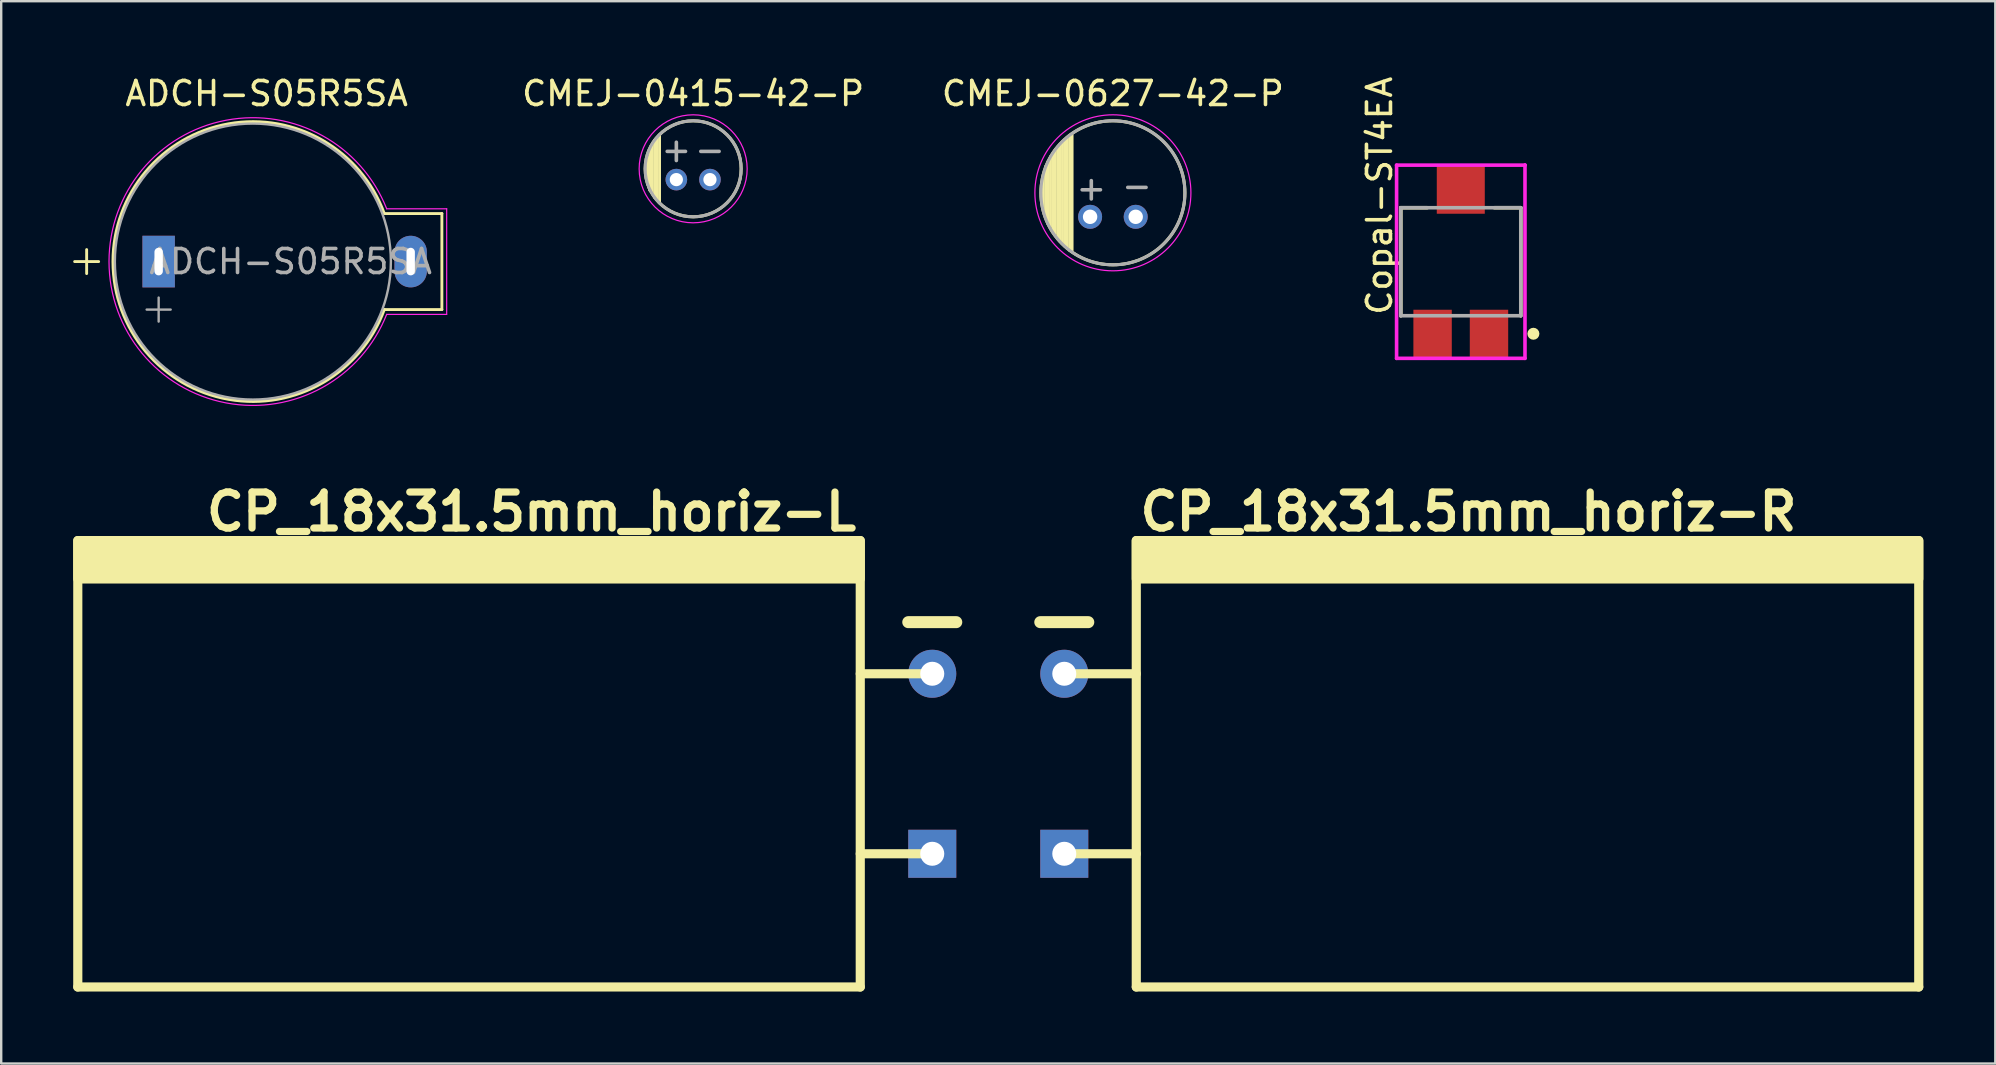
<source format=kicad_pcb>
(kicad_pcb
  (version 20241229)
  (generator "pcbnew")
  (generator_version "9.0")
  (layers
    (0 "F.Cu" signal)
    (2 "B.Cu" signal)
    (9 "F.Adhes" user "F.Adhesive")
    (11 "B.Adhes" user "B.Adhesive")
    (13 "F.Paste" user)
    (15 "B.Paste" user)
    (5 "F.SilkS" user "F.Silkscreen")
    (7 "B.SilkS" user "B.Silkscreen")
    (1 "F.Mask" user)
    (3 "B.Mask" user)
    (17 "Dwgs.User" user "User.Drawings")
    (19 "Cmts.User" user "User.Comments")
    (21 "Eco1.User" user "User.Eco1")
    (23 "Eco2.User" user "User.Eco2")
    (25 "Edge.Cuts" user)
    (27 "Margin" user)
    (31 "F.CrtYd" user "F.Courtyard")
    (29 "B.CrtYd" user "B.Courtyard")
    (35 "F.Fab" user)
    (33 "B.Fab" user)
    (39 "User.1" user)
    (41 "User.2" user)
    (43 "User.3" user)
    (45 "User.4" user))
  (footprint "CP_18x31.5mm_horiz-R"
    (layer "F.Cu")
    (at 41.291 28.771)
    (property "Reference" "CP_18x31.5mm_horiz-R" (at 3 -10.5 0) (layer "F.SilkS") (effects (font (size 1.5 1.5) (thickness 0.3)) (justify left)))
    (attr through_hole)
    (fp_line (start -1 -5.9) (end 1 -5.9) (stroke (width 0.5) (type solid)) (layer "F.SilkS"))
    (fp_line (start 0 -3.75) (end 3 -3.75) (stroke (width 0.381) (type solid)) (layer "F.SilkS"))
    (fp_line (start 0 3.75) (end 3 3.75) (stroke (width 0.381) (type solid)) (layer "F.SilkS"))
    (fp_line (start 3 9.3) (end 3 -9.3) (stroke (width 0.381) (type solid)) (layer "F.SilkS"))
    (fp_line (start 35.6 -9.3) (end 35.6 9.3) (stroke (width 0.381) (type solid)) (layer "F.SilkS"))
    (fp_line (start 35.6 9.3) (end 3 9.3) (stroke (width 0.381) (type solid)) (layer "F.SilkS"))
    (fp_poly (pts (xy 35.6 -7.7) (xy 3 -7.7) (xy 3 -9.3) (xy 35.6 -9.3)) (stroke (width 0.381) (type solid)) (fill yes) (layer "F.SilkS"))
    (pad "1" thru_hole rect (at 0 3.75) (size 2 2) (drill 1) (layers "*.Cu" "*.Mask"))
    (pad "2" thru_hole circle (at 0 -3.75) (size 2 2) (drill 1) (layers "*.Cu" "*.Mask")))
  (footprint "CMEJ-0415-42-P"
    (layer "F.Cu")
    (at 25.829 3.983)
    (property "Reference" "CMEJ-0415-42-P" (at 0 -3.135 0) (layer "F.SilkS") (effects (font (size 1 1) (thickness 0.15))))
    (attr through_hole)
    (fp_line (start -1.9 0.6) (end -1.9 -0.5) (stroke (width 0.12) (type default)) (layer "F.SilkS"))
    (fp_line (start -1.8 -0.8) (end -1.8 0.9) (stroke (width 0.12) (type default)) (layer "F.SilkS"))
    (fp_line (start -1.8 0.9) (end -1.9 0.6) (stroke (width 0.12) (type default)) (layer "F.SilkS"))
    (fp_line (start -1.7 -1) (end -1.7 1) (stroke (width 0.12) (type default)) (layer "F.SilkS"))
    (fp_line (start -1.6 -1.2) (end -1.6 1.2) (stroke (width 0.12) (type default)) (layer "F.SilkS"))
    (fp_line (start -1.5 -1.3) (end -1.5 1.3) (stroke (width 0.12) (type default)) (layer "F.SilkS"))
    (fp_line (start -1.4 -1.4) (end -1.4 1.4) (stroke (width 0.12) (type default)) (layer "F.SilkS"))
    (fp_circle (center 0 0) (end 2 0) (stroke (width 0.127) (type solid)) (fill no) (layer "F.SilkS"))
    (fp_circle (center 0 0) (end 2.25 0) (stroke (width 0.05) (type solid)) (fill no) (layer "F.CrtYd"))
    (fp_circle (center 0 0) (end 2 0) (stroke (width 0.127) (type solid)) (fill no) (layer "F.Fab"))
    (fp_text user "+" (at -0.7 -0.8 0) (layer "F.Fab") (effects (font (size 1 1) (thickness 0.15))))
    (fp_text user "-" (at 0.7 -0.8 0) (layer "F.Fab") (effects (font (size 1 1) (thickness 0.15))))
    (pad "1" thru_hole circle (at 0.7 0.45) (size 0.9 0.9) (drill 0.55) (layers "*.Cu" "*.Mask"))
    (pad "2" thru_hole circle (at -0.7 0.45) (size 0.9 0.9) (drill 0.55) (layers "*.Cu" "*.Mask")))
  (footprint "ADCH-S05R5SA"
    (layer "F.Cu")
    (at 4.06 7.848)
    (property "Reference" "ADCH-S05R5SA" (at 4 -7 0) (layer "F.SilkS") (effects (font (size 1 1) (thickness 0.15))))
    (attr through_hole)
    (fp_line (start -4 0) (end -3 0) (stroke (width 0.12) (type solid)) (layer "F.SilkS"))
    (fp_line (start -3.5 -0.5) (end -3.5 0.5) (stroke (width 0.12) (type solid)) (layer "F.SilkS"))
    (fp_line (start 8.9 -2) (end 11.3 -2) (stroke (width 0.12) (type solid)) (layer "F.SilkS"))
    (fp_line (start 11.3 -2) (end 11.3 2) (stroke (width 0.12) (type solid)) (layer "F.SilkS"))
    (fp_line (start 11.3 2) (end 8.9 2) (stroke (width 0.12) (type solid)) (layer "F.SilkS"))
    (fp_arc (start 8.9 2) (mid -2.403861 0) (end 8.9 -2) (stroke (width 0.12) (type solid)) (layer "F.SilkS"))
    (fp_line (start 9 -2.2) (end 11.5 -2.2) (stroke (width 0.05) (type solid)) (layer "F.CrtYd"))
    (fp_line (start 11.5 -2.2) (end 11.5 2.2) (stroke (width 0.05) (type solid)) (layer "F.CrtYd"))
    (fp_line (start 11.5 2.2) (end 9 2.2) (stroke (width 0.05) (type solid)) (layer "F.CrtYd"))
    (fp_arc (start 9 2.2) (mid -2.568382 0) (end 9 -2.2) (stroke (width 0.05) (type solid)) (layer "F.CrtYd"))
    (fp_line (start -1 2) (end 0 2) (stroke (width 0.1) (type solid)) (layer "F.Fab"))
    (fp_line (start -0.5 1.5) (end -0.5 2.5) (stroke (width 0.1) (type solid)) (layer "F.Fab"))
    (fp_circle (center 3.425 0) (end 9.175 0) (stroke (width 0.1) (type solid)) (fill no) (layer "F.Fab"))
    (fp_text user "${REFERENCE}" (at 5 0 0) (layer "F.Fab") (effects (font (size 1 1) (thickness 0.15))))
    (pad "1" thru_hole rect (at -0.5 0) (size 1.35 2.15) (drill oval 0.35 1.15) (layers "*.Cu" "*.Mask"))
    (pad "2" thru_hole oval (at 10 0) (size 1.35 2.15) (drill oval 0.35 1.15) (layers "*.Cu" "*.Mask")))
  (footprint "CMEJ-0627-42-P"
    (layer "F.Cu")
    (at 43.317 4.983)
    (property "Reference" "CMEJ-0627-42-P" (at 0 -4.135 0) (layer "F.SilkS") (effects (font (size 1 1) (thickness 0.15))))
    (attr through_hole)
    (fp_line (start -2.9 0.7) (end -2.9 -0.7) (stroke (width 0.12) (type default)) (layer "F.SilkS"))
    (fp_line (start -2.8 -1.1) (end -2.8 1) (stroke (width 0.12) (type default)) (layer "F.SilkS"))
    (fp_line (start -2.7 1.3) (end -2.7 -1.3) (stroke (width 0.12) (type default)) (layer "F.SilkS"))
    (fp_line (start -2.6 -1.5) (end -2.6 1.4) (stroke (width 0.12) (type default)) (layer "F.SilkS"))
    (fp_line (start -2.5 1.6) (end -2.5 -1.6) (stroke (width 0.12) (type default)) (layer "F.SilkS"))
    (fp_line (start -2.4 -1.8) (end -2.4 1.7) (stroke (width 0.12) (type default)) (layer "F.SilkS"))
    (fp_line (start -2.3 1.9) (end -2.3 -1.9) (stroke (width 0.12) (type default)) (layer "F.SilkS"))
    (fp_line (start -2.2 -2) (end -2.2 2) (stroke (width 0.12) (type default)) (layer "F.SilkS"))
    (fp_line (start -2.1 2.1) (end -2.1 -2.1) (stroke (width 0.12) (type default)) (layer "F.SilkS"))
    (fp_line (start -2 -2.2) (end -2 2.2) (stroke (width 0.12) (type default)) (layer "F.SilkS"))
    (fp_line (start -1.9 -2.3) (end -1.9 2.3) (stroke (width 0.12) (type default)) (layer "F.SilkS"))
    (fp_line (start -1.8 2.4) (end -1.8 -2.4) (stroke (width 0.12) (type default)) (layer "F.SilkS"))
    (fp_line (start -1.7 -2.4) (end -1.7 2.4) (stroke (width 0.12) (type default)) (layer "F.SilkS"))
    (fp_circle (center 0 0) (end 3 0) (stroke (width 0.127) (type solid)) (fill no) (layer "F.SilkS"))
    (fp_circle (center 0 0) (end 3.25 0) (stroke (width 0.05) (type solid)) (fill no) (layer "F.CrtYd"))
    (fp_circle (center 0 0) (end 3 0) (stroke (width 0.127) (type solid)) (fill no) (layer "F.Fab"))
    (fp_text user "-" (at 1 -0.3 0) (layer "F.Fab") (effects (font (size 1 1) (thickness 0.15))))
    (fp_text user "+" (at -0.9 -0.2 0) (layer "F.Fab") (effects (font (size 1 1) (thickness 0.15))))
    (pad "1" thru_hole circle (at 0.95 1) (size 1 1) (drill 0.6) (layers "*.Cu" "*.Mask"))
    (pad "2" thru_hole circle (at -0.95 1) (size 1 1) (drill 0.6) (layers "*.Cu" "*.Mask")))
  (footprint "Copal-ST4EA"
    (layer "F.Cu")
    (at 57.811 7.855)
    (property "Reference" "Copal-ST4EA" (at -2.8 2.3 90) (layer "F.SilkS") (effects (font (size 1 1) (thickness 0.15)) (justify left bottom)))
    (attr through_hole)
    (fp_line (start -2.5 -2.25) (end -2.5 2.25) (stroke (width 0.15) (type solid)) (layer "F.SilkS"))
    (fp_line (start -2.5 -2.25) (end -1.4 -2.25) (stroke (width 0.15) (type solid)) (layer "F.SilkS"))
    (fp_line (start 2.5 -2.25) (end 1.4 -2.25) (stroke (width 0.15) (type solid)) (layer "F.SilkS"))
    (fp_line (start 2.5 -2.25) (end 2.5 2.25) (stroke (width 0.15) (type solid)) (layer "F.SilkS"))
    (fp_circle (center 3.025 3) (end 3.15 3) (stroke (width 0.25) (type solid)) (fill no) (layer "F.SilkS"))
    (fp_line (start -2.675 -4.025) (end -2.675 4.025) (stroke (width 0.15) (type solid)) (layer "F.CrtYd"))
    (fp_line (start -2.675 4.025) (end 2.675 4.025) (stroke (width 0.15) (type solid)) (layer "F.CrtYd"))
    (fp_line (start 2.675 -4.025) (end -2.675 -4.025) (stroke (width 0.15) (type solid)) (layer "F.CrtYd"))
    (fp_line (start 2.675 -4.025) (end 2.675 -4.025) (stroke (width 0.15) (type solid)) (layer "F.CrtYd"))
    (fp_line (start 2.675 4.025) (end 2.675 -4.025) (stroke (width 0.15) (type solid)) (layer "F.CrtYd"))
    (fp_line (start -2.5 -2.25) (end 2.5 -2.25) (stroke (width 0.15) (type solid)) (layer "F.Fab"))
    (fp_line (start -2.5 2.25) (end -2.5 -2.25) (stroke (width 0.15) (type solid)) (layer "F.Fab"))
    (fp_line (start 2.5 -2.25) (end 2.5 2.25) (stroke (width 0.15) (type solid)) (layer "F.Fab"))
    (fp_line (start 2.5 2.25) (end -2.5 2.25) (stroke (width 0.15) (type solid)) (layer "F.Fab"))
    (pad "1" smd rect (at 1.175 3) (size 1.6 2) (layers "F.Cu" "F.Mask" "F.Paste"))
    (pad "2" smd rect (at 0 -3) (size 2 2) (layers "F.Cu" "F.Mask" "F.Paste"))
    (pad "3" smd rect (at -1.175 3) (size 1.6 2) (layers "F.Cu" "F.Mask" "F.Paste")))
  (footprint "CP_18x31.5mm_horiz-L"
    (layer "F.Cu")
    (at 35.791 28.771)
    (property "Reference" "CP_18x31.5mm_horiz-L" (at -3 -10.5 0) (layer "F.SilkS") (effects (font (size 1.5 1.5) (thickness 0.3)) (justify right)))
    (attr through_hole)
    (fp_line (start -35.6 9.3) (end -35.6 -9.3) (stroke (width 0.381) (type solid)) (layer "F.SilkS"))
    (fp_line (start -3 -9.3) (end -3 9.3) (stroke (width 0.381) (type solid)) (layer "F.SilkS"))
    (fp_line (start -3 -3.75) (end 0 -3.75) (stroke (width 0.381) (type solid)) (layer "F.SilkS"))
    (fp_line (start -3 3.75) (end 0 3.75) (stroke (width 0.381) (type solid)) (layer "F.SilkS"))
    (fp_line (start -3 9.3) (end -35.6 9.3) (stroke (width 0.381) (type solid)) (layer "F.SilkS"))
    (fp_line (start -1 -5.9) (end 1 -5.9) (stroke (width 0.5) (type solid)) (layer "F.SilkS"))
    (fp_poly (pts (xy -3 -7.7) (xy -35.6 -7.7) (xy -35.6 -9.3) (xy -3 -9.3)) (stroke (width 0.381) (type solid)) (fill yes) (layer "F.SilkS"))
    (pad "1" thru_hole rect (at 0 3.75) (size 2 2) (drill 1) (layers "*.Cu" "*.Mask"))
    (pad "2" thru_hole circle (at 0 -3.75) (size 2 2) (drill 1) (layers "*.Cu" "*.Mask")))
  (gr_rect
    (start -3 -3)
    (end 80.081 41.261)
    (stroke (width 0.1) (type default))
    (fill no)
    (layer "Edge.Cuts")))
</source>
